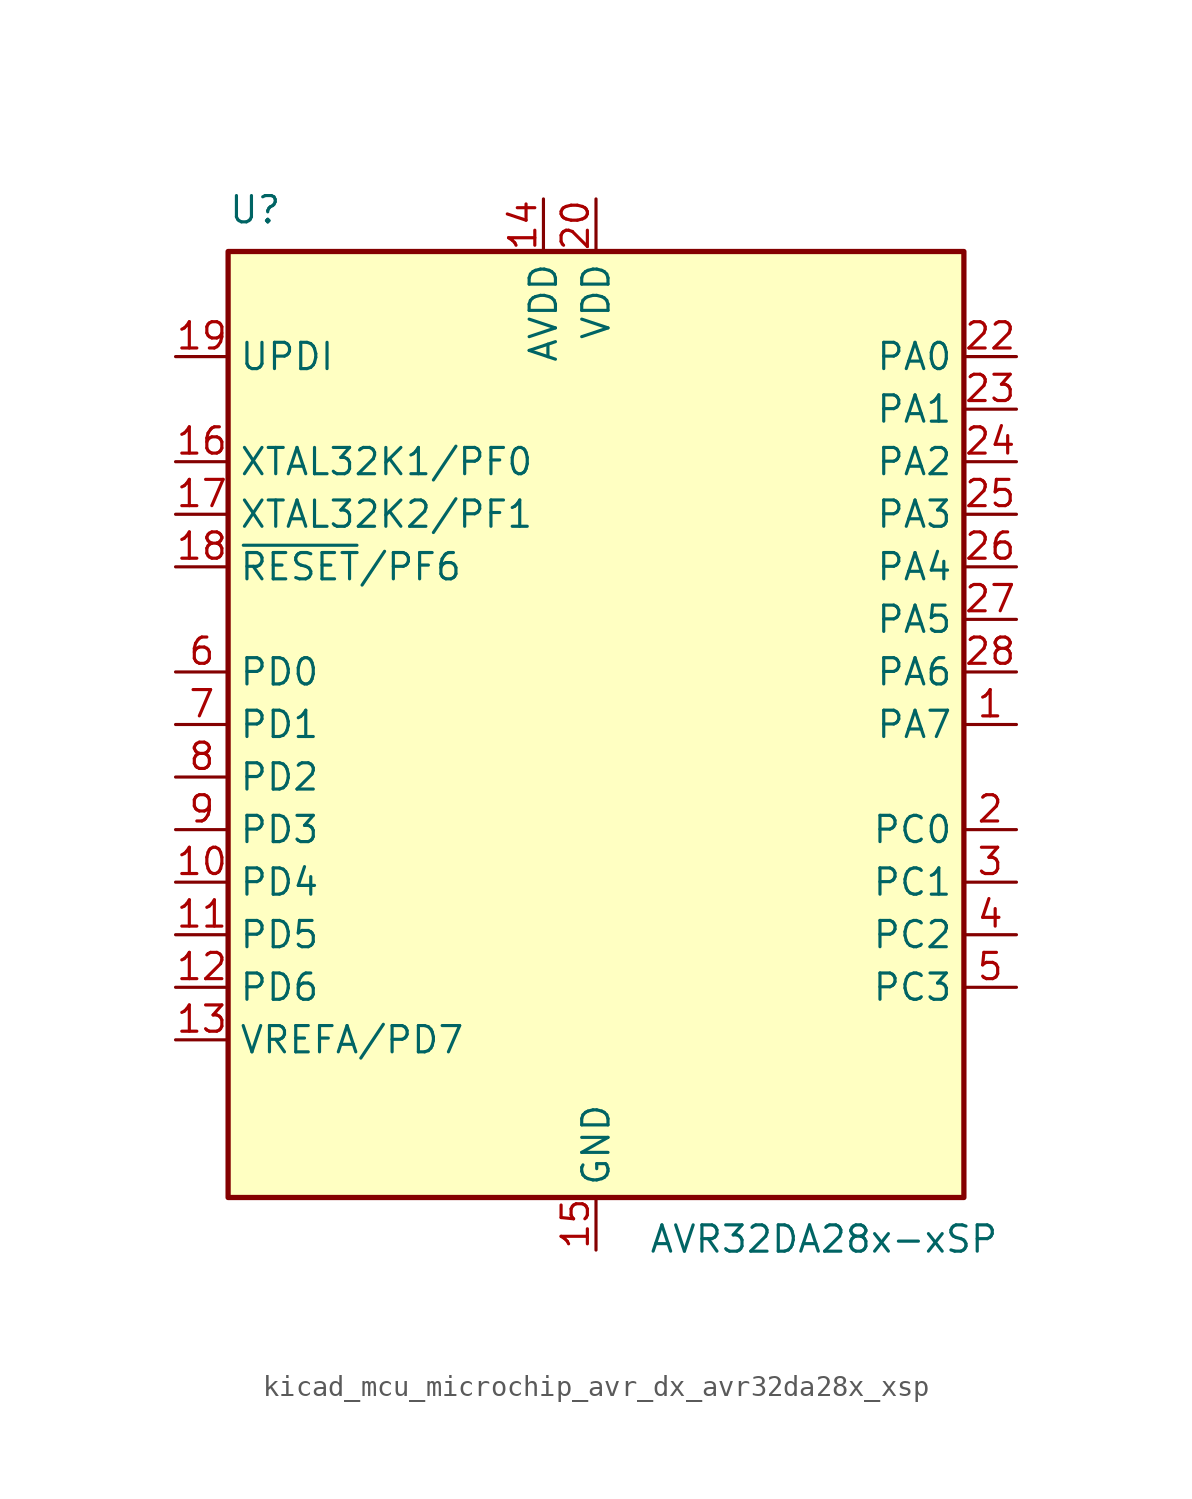
<source format=kicad_sym>
(kicad_symbol_lib
  (version 20220914)
  (generator kicad_symbol_editor)
  (symbol "kicad_mcu_microchip_avr_dx_avr32da28x_xsp"
    (property "Reference" "U"
      (at -17.78 24.13 0)
      (effects (font (size 1.27 1.27)) (justify left bottom)))
    (property "Value" "AVR32DA28x-xSP"
      (at 2.54 -24.13 0)
      (effects (font (size 1.27 1.27)) (justify left top)))
    (symbol "kicad_mcu_microchip_avr_dx_avr32da28x_xsp_0_1"
      (rectangle (start -17.78 22.86) (end 17.78 -22.86) (stroke (width 0.254) (type default)) (fill (type background))))
    (symbol "kicad_mcu_microchip_avr_dx_avr32da28x_xsp_1_1"
      (pin bidirectional line (at 20.32 0 180) (length 2.54) (name "PA7" (effects (font (size 1.27 1.27)))) (number "1" (effects (font (size 1.27 1.27)))))
      (pin bidirectional line (at -20.32 -7.62 0) (length 2.54) (name "PD4" (effects (font (size 1.27 1.27)))) (number "10" (effects (font (size 1.27 1.27)))))
      (pin bidirectional line (at -20.32 -10.16 0) (length 2.54) (name "PD5" (effects (font (size 1.27 1.27)))) (number "11" (effects (font (size 1.27 1.27)))))
      (pin bidirectional line (at -20.32 -12.7 0) (length 2.54) (name "PD6" (effects (font (size 1.27 1.27)))) (number "12" (effects (font (size 1.27 1.27)))))
      (pin bidirectional line (at -20.32 -15.24 0) (length 2.54) (name "VREFA/PD7" (effects (font (size 1.27 1.27)))) (number "13" (effects (font (size 1.27 1.27)))))
      (pin power_in line (at -2.54 25.4 270) (length 2.54) (name "AVDD" (effects (font (size 1.27 1.27)))) (number "14" (effects (font (size 1.27 1.27)))))
      (pin power_in line (at 0 -25.4 90) (length 2.54) (name "GND" (effects (font (size 1.27 1.27)))) (number "15" (effects (font (size 1.27 1.27)))))
      (pin bidirectional line (at -20.32 12.7 0) (length 2.54) (name "XTAL32K1/PF0" (effects (font (size 1.27 1.27)))) (number "16" (effects (font (size 1.27 1.27)))))
      (pin bidirectional line (at -20.32 10.16 0) (length 2.54) (name "XTAL32K2/PF1" (effects (font (size 1.27 1.27)))) (number "17" (effects (font (size 1.27 1.27)))))
      (pin bidirectional line (at -20.32 7.62 0) (length 2.54) (name "~{RESET}/PF6" (effects (font (size 1.27 1.27)))) (number "18" (effects (font (size 1.27 1.27)))))
      (pin input line (at -20.32 17.78 0) (length 2.54) (name "UPDI" (effects (font (size 1.27 1.27)))) (number "19" (effects (font (size 1.27 1.27)))))
      (pin bidirectional line (at 20.32 -5.08 180) (length 2.54) (name "PC0" (effects (font (size 1.27 1.27)))) (number "2" (effects (font (size 1.27 1.27)))))
      (pin power_in line (at 0 25.4 270) (length 2.54) (name "VDD" (effects (font (size 1.27 1.27)))) (number "20" (effects (font (size 1.27 1.27)))))
      (pin passive line (at 0 -25.4 90) (length 2.54) hide (name "GND" (effects (font (size 1.27 1.27)))) (number "21" (effects (font (size 1.27 1.27)))))
      (pin bidirectional line (at 20.32 17.78 180) (length 2.54) (name "PA0" (effects (font (size 1.27 1.27)))) (number "22" (effects (font (size 1.27 1.27)))))
      (pin bidirectional line (at 20.32 15.24 180) (length 2.54) (name "PA1" (effects (font (size 1.27 1.27)))) (number "23" (effects (font (size 1.27 1.27)))))
      (pin bidirectional line (at 20.32 12.7 180) (length 2.54) (name "PA2" (effects (font (size 1.27 1.27)))) (number "24" (effects (font (size 1.27 1.27)))))
      (pin bidirectional line (at 20.32 10.16 180) (length 2.54) (name "PA3" (effects (font (size 1.27 1.27)))) (number "25" (effects (font (size 1.27 1.27)))))
      (pin bidirectional line (at 20.32 7.62 180) (length 2.54) (name "PA4" (effects (font (size 1.27 1.27)))) (number "26" (effects (font (size 1.27 1.27)))))
      (pin bidirectional line (at 20.32 5.08 180) (length 2.54) (name "PA5" (effects (font (size 1.27 1.27)))) (number "27" (effects (font (size 1.27 1.27)))))
      (pin bidirectional line (at 20.32 2.54 180) (length 2.54) (name "PA6" (effects (font (size 1.27 1.27)))) (number "28" (effects (font (size 1.27 1.27)))))
      (pin bidirectional line (at 20.32 -7.62 180) (length 2.54) (name "PC1" (effects (font (size 1.27 1.27)))) (number "3" (effects (font (size 1.27 1.27)))))
      (pin bidirectional line (at 20.32 -10.16 180) (length 2.54) (name "PC2" (effects (font (size 1.27 1.27)))) (number "4" (effects (font (size 1.27 1.27)))))
      (pin bidirectional line (at 20.32 -12.7 180) (length 2.54) (name "PC3" (effects (font (size 1.27 1.27)))) (number "5" (effects (font (size 1.27 1.27)))))
      (pin bidirectional line (at -20.32 2.54 0) (length 2.54) (name "PD0" (effects (font (size 1.27 1.27)))) (number "6" (effects (font (size 1.27 1.27)))))
      (pin bidirectional line (at -20.32 0 0) (length 2.54) (name "PD1" (effects (font (size 1.27 1.27)))) (number "7" (effects (font (size 1.27 1.27)))))
      (pin bidirectional line (at -20.32 -2.54 0) (length 2.54) (name "PD2" (effects (font (size 1.27 1.27)))) (number "8" (effects (font (size 1.27 1.27)))))
      (pin bidirectional line (at -20.32 -5.08 0) (length 2.54) (name "PD3" (effects (font (size 1.27 1.27)))) (number "9" (effects (font (size 1.27 1.27))))))))
</source>
